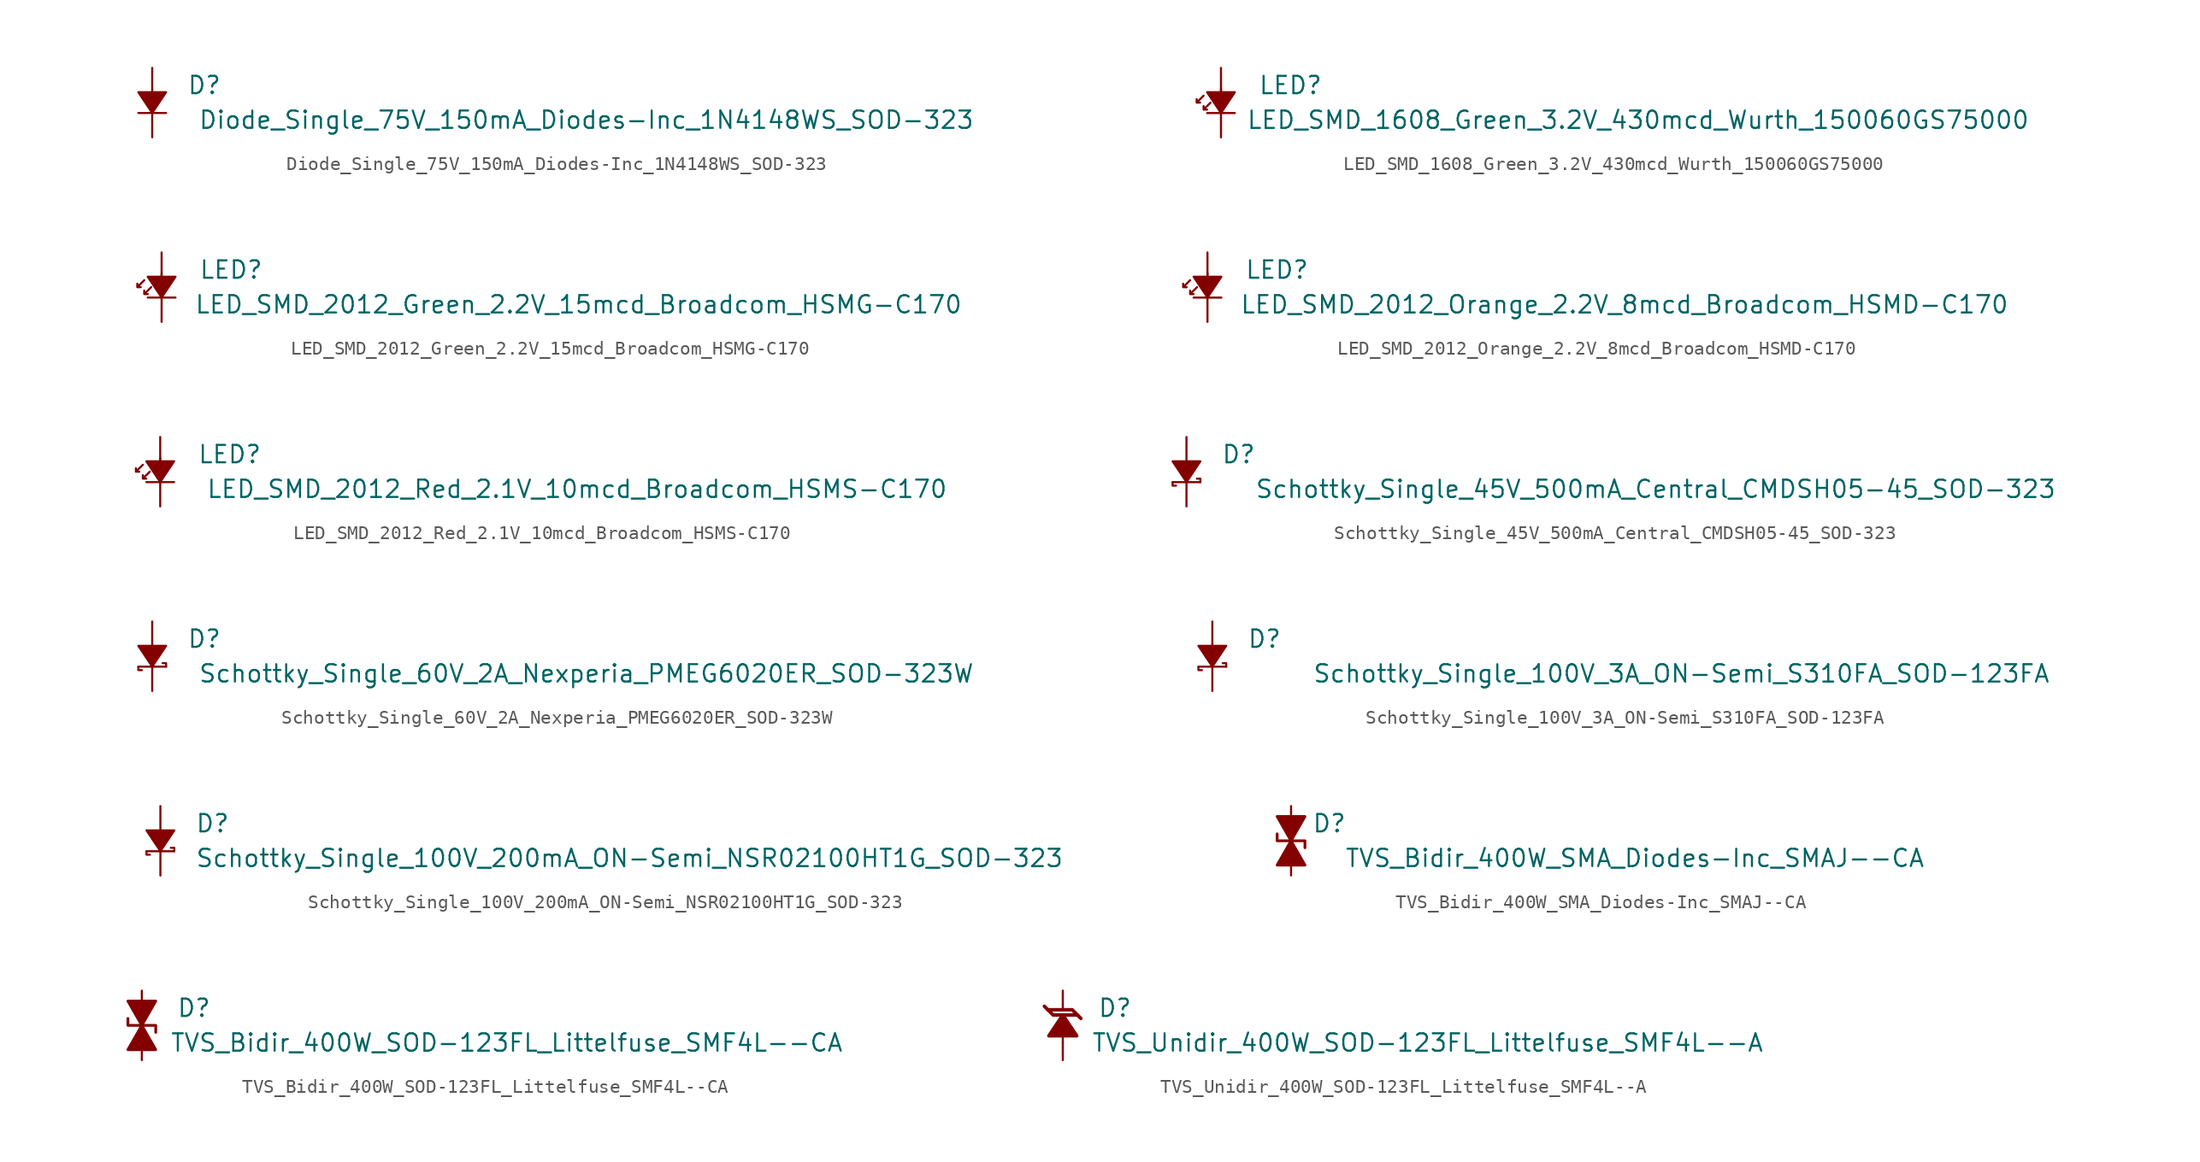
<source format=kicad_sym>
(kicad_symbol_lib
  (version 20211014)
  (generator kicad_symbol_editor)
  (symbol "Diode_Single_75V_150mA_Diodes-Inc_1N4148WS_SOD-323"
    (pin_numbers hide)
    (pin_names
      (offset 1.27) hide)
    (property "Reference" "D"
      (at 3.81 1.27 0)
      (effects (font (size 1.27 1.27))))
    (property "Value" "Diode_Single_75V_150mA_Diodes-Inc_1N4148WS_SOD-323"
      (at 31.75 -1.27 0)
      (effects (font (size 1.27 1.27))))
    (symbol "Diode_Single_75V_150mA_Diodes-Inc_1N4148WS_SOD-323_1_1"
      (polyline (pts (xy 0 -0.762) (xy 0 0.762)) (stroke (width 0) (type default) (color 0 0 0 0)) (fill (type none)))
      (polyline (pts (xy 1.016 -0.762) (xy -1.016 -0.762)) (stroke (width 0) (type default) (color 0 0 0 0)) (fill (type none)))
      (polyline (pts (xy 1.016 0.762) (xy 0 -0.762) (xy -1.016 0.762) (xy 1.016 0.762)) (stroke (width 0) (type default) (color 0 0 0 0)) (fill (type outline)))
      (pin passive line (at 0 -2.54 90) (length 1.778) (name "K" (effects (font (size 1.27 1.27)))) (number "1" (effects (font (size 1.27 1.27)))))
      (pin passive line (at 0 2.54 270) (length 1.778) (name "A" (effects (font (size 1.27 1.27)))) (number "2" (effects (font (size 1.27 1.27)))))))
  (symbol "LED_SMD_1608_Green_3.2V_430mcd_Wurth_150060GS75000"
    (pin_numbers hide)
    (pin_names
      (offset 1.27) hide)
    (property "Reference" "LED"
      (at 5.08 1.27 0)
      (effects (font (size 1.27 1.27))))
    (property "Value" "LED_SMD_1608_Green_3.2V_430mcd_Wurth_150060GS75000"
      (at 30.48 -1.27 0)
      (effects (font (size 1.27 1.27))))
    (symbol "LED_SMD_1608_Green_3.2V_430mcd_Wurth_150060GS75000_1_1"
      (polyline (pts (xy 0 1.016) (xy 0 -0.762)) (stroke (width 0) (type default) (color 0 0 0 0)) (fill (type none)))
      (polyline (pts (xy 1.016 -0.762) (xy -1.016 -0.762)) (stroke (width 0) (type default) (color 0 0 0 0)) (fill (type none)))
      (polyline (pts (xy 1.016 0.762) (xy 0 -0.762) (xy -1.016 0.762) (xy 1.016 0.762)) (stroke (width 0) (type default) (color 0 0 0 0)) (fill (type outline)))
      (polyline (pts (xy -1.27 0.508) (xy -1.778 0) (xy -1.778 0.254) (xy -1.778 0) (xy -1.524 0)) (stroke (width 0) (type default) (color 0 0 0 0)) (fill (type none)))
      (polyline (pts (xy -0.762 0) (xy -1.27 -0.508) (xy -1.27 -0.254) (xy -1.27 -0.508) (xy -1.016 -0.508)) (stroke (width 0) (type default) (color 0 0 0 0)) (fill (type none)))
      (pin passive line (at 0 2.54 270) (length 1.778) (name "Anode" (effects (font (size 1.27 1.27)))) (number "A" (effects (font (size 1.27 1.27)))))
      (pin passive line (at 0 -2.54 90) (length 1.778) (name "Cathode" (effects (font (size 1.27 1.27)))) (number "K" (effects (font (size 1.27 1.27)))))))
  (symbol "LED_SMD_2012_Green_2.2V_15mcd_Broadcom_HSMG-C170"
    (pin_numbers hide)
    (pin_names
      (offset 1.27) hide)
    (property "Reference" "LED"
      (at 5.08 1.27 0)
      (effects (font (size 1.27 1.27))))
    (property "Value" "LED_SMD_2012_Green_2.2V_15mcd_Broadcom_HSMG-C170"
      (at 30.48 -1.27 0)
      (effects (font (size 1.27 1.27))))
    (symbol "LED_SMD_2012_Green_2.2V_15mcd_Broadcom_HSMG-C170_1_1"
      (polyline (pts (xy 0 1.016) (xy 0 -0.762)) (stroke (width 0) (type default) (color 0 0 0 0)) (fill (type none)))
      (polyline (pts (xy 1.016 -0.762) (xy -1.016 -0.762)) (stroke (width 0) (type default) (color 0 0 0 0)) (fill (type none)))
      (polyline (pts (xy 1.016 0.762) (xy 0 -0.762) (xy -1.016 0.762) (xy 1.016 0.762)) (stroke (width 0) (type default) (color 0 0 0 0)) (fill (type outline)))
      (polyline (pts (xy -1.27 0.508) (xy -1.778 0) (xy -1.778 0.254) (xy -1.778 0) (xy -1.524 0)) (stroke (width 0) (type default) (color 0 0 0 0)) (fill (type none)))
      (polyline (pts (xy -0.762 0) (xy -1.27 -0.508) (xy -1.27 -0.254) (xy -1.27 -0.508) (xy -1.016 -0.508)) (stroke (width 0) (type default) (color 0 0 0 0)) (fill (type none)))
      (pin passive line (at 0 2.54 270) (length 1.778) (name "Anode" (effects (font (size 1.27 1.27)))) (number "A" (effects (font (size 1.27 1.27)))))
      (pin passive line (at 0 -2.54 90) (length 1.778) (name "Cathode" (effects (font (size 1.27 1.27)))) (number "K" (effects (font (size 1.27 1.27)))))))
  (symbol "LED_SMD_2012_Orange_2.2V_8mcd_Broadcom_HSMD-C170"
    (pin_numbers hide)
    (pin_names
      (offset 1.27) hide)
    (property "Reference" "LED"
      (at 5.08 1.27 0)
      (effects (font (size 1.27 1.27))))
    (property "Value" "LED_SMD_2012_Orange_2.2V_8mcd_Broadcom_HSMD-C170"
      (at 30.48 -1.27 0)
      (effects (font (size 1.27 1.27))))
    (symbol "LED_SMD_2012_Orange_2.2V_8mcd_Broadcom_HSMD-C170_1_1"
      (polyline (pts (xy 0 1.016) (xy 0 -0.762)) (stroke (width 0) (type default) (color 0 0 0 0)) (fill (type none)))
      (polyline (pts (xy 1.016 -0.762) (xy -1.016 -0.762)) (stroke (width 0) (type default) (color 0 0 0 0)) (fill (type none)))
      (polyline (pts (xy 1.016 0.762) (xy 0 -0.762) (xy -1.016 0.762) (xy 1.016 0.762)) (stroke (width 0) (type default) (color 0 0 0 0)) (fill (type outline)))
      (polyline (pts (xy -1.27 0.508) (xy -1.778 0) (xy -1.778 0.254) (xy -1.778 0) (xy -1.524 0)) (stroke (width 0) (type default) (color 0 0 0 0)) (fill (type none)))
      (polyline (pts (xy -0.762 0) (xy -1.27 -0.508) (xy -1.27 -0.254) (xy -1.27 -0.508) (xy -1.016 -0.508)) (stroke (width 0) (type default) (color 0 0 0 0)) (fill (type none)))
      (pin passive line (at 0 2.54 270) (length 1.778) (name "Anode" (effects (font (size 1.27 1.27)))) (number "A" (effects (font (size 1.27 1.27)))))
      (pin passive line (at 0 -2.54 90) (length 1.778) (name "Cathode" (effects (font (size 1.27 1.27)))) (number "K" (effects (font (size 1.27 1.27)))))))
  (symbol "LED_SMD_2012_Red_2.1V_10mcd_Broadcom_HSMS-C170"
    (pin_numbers hide)
    (pin_names
      (offset 1.27) hide)
    (property "Reference" "LED"
      (at 5.08 1.27 0)
      (effects (font (size 1.27 1.27))))
    (property "Value" "LED_SMD_2012_Red_2.1V_10mcd_Broadcom_HSMS-C170"
      (at 30.48 -1.27 0)
      (effects (font (size 1.27 1.27))))
    (symbol "LED_SMD_2012_Red_2.1V_10mcd_Broadcom_HSMS-C170_1_1"
      (polyline (pts (xy 0 1.016) (xy 0 -0.762)) (stroke (width 0) (type default) (color 0 0 0 0)) (fill (type none)))
      (polyline (pts (xy 1.016 -0.762) (xy -1.016 -0.762)) (stroke (width 0) (type default) (color 0 0 0 0)) (fill (type none)))
      (polyline (pts (xy 1.016 0.762) (xy 0 -0.762) (xy -1.016 0.762) (xy 1.016 0.762)) (stroke (width 0) (type default) (color 0 0 0 0)) (fill (type outline)))
      (polyline (pts (xy -1.27 0.508) (xy -1.778 0) (xy -1.778 0.254) (xy -1.778 0) (xy -1.524 0)) (stroke (width 0) (type default) (color 0 0 0 0)) (fill (type none)))
      (polyline (pts (xy -0.762 0) (xy -1.27 -0.508) (xy -1.27 -0.254) (xy -1.27 -0.508) (xy -1.016 -0.508)) (stroke (width 0) (type default) (color 0 0 0 0)) (fill (type none)))
      (pin passive line (at 0 2.54 270) (length 1.778) (name "Anode" (effects (font (size 1.27 1.27)))) (number "A" (effects (font (size 1.27 1.27)))))
      (pin passive line (at 0 -2.54 90) (length 1.778) (name "Cathode" (effects (font (size 1.27 1.27)))) (number "K" (effects (font (size 1.27 1.27)))))))
  (symbol "Schottky_Single_45V_500mA_Central_CMDSH05-45_SOD-323"
    (pin_numbers hide)
    (pin_names
      (offset 1.27) hide)
    (property "Reference" "D"
      (at 3.81 1.27 0)
      (effects (font (size 1.27 1.27))))
    (property "Value" "Schottky_Single_45V_500mA_Central_CMDSH05-45_SOD-323"
      (at 34.29 -1.27 0)
      (effects (font (size 1.27 1.27))))
    (symbol "Schottky_Single_45V_500mA_Central_CMDSH05-45_SOD-323_1_1"
      (polyline (pts (xy 0 -0.762) (xy 0 0.762)) (stroke (width 0) (type default) (color 0 0 0 0)) (fill (type none)))
      (polyline (pts (xy 1.016 -0.762) (xy -1.016 -0.762)) (stroke (width 0) (type default) (color 0 0 0 0)) (fill (type none)))
      (polyline (pts (xy -1.016 -0.762) (xy -1.016 -1.016) (xy -0.762 -1.016)) (stroke (width 0) (type default) (color 0 0 0 0)) (fill (type none)))
      (polyline (pts (xy 1.016 -0.762) (xy 1.016 -0.508) (xy 0.762 -0.508)) (stroke (width 0) (type default) (color 0 0 0 0)) (fill (type none)))
      (polyline (pts (xy 1.016 0.762) (xy 0 -0.762) (xy -1.016 0.762) (xy 1.016 0.762)) (stroke (width 0) (type default) (color 0 0 0 0)) (fill (type outline)))
      (pin passive line (at 0 -2.54 90) (length 1.778) (name "K" (effects (font (size 1.27 1.27)))) (number "1" (effects (font (size 1.27 1.27)))))
      (pin passive line (at 0 2.54 270) (length 1.778) (name "A" (effects (font (size 1.27 1.27)))) (number "2" (effects (font (size 1.27 1.27)))))))
  (symbol "Schottky_Single_60V_2A_Nexperia_PMEG6020ER_SOD-323W"
    (pin_numbers hide)
    (pin_names
      (offset 1.27) hide)
    (property "Reference" "D"
      (at 3.81 1.27 0)
      (effects (font (size 1.27 1.27))))
    (property "Value" "Schottky_Single_60V_2A_Nexperia_PMEG6020ER_SOD-323W"
      (at 31.75 -1.27 0)
      (effects (font (size 1.27 1.27))))
    (symbol "Schottky_Single_60V_2A_Nexperia_PMEG6020ER_SOD-323W_1_1"
      (polyline (pts (xy 0 -0.762) (xy 0 0.762)) (stroke (width 0) (type default) (color 0 0 0 0)) (fill (type none)))
      (polyline (pts (xy 1.016 -0.762) (xy -1.016 -0.762)) (stroke (width 0) (type default) (color 0 0 0 0)) (fill (type none)))
      (polyline (pts (xy -1.016 -0.762) (xy -1.016 -1.016) (xy -0.762 -1.016)) (stroke (width 0) (type default) (color 0 0 0 0)) (fill (type none)))
      (polyline (pts (xy 1.016 -0.762) (xy 1.016 -0.508) (xy 0.762 -0.508)) (stroke (width 0) (type default) (color 0 0 0 0)) (fill (type none)))
      (polyline (pts (xy 1.016 0.762) (xy 0 -0.762) (xy -1.016 0.762) (xy 1.016 0.762)) (stroke (width 0) (type default) (color 0 0 0 0)) (fill (type outline)))
      (pin passive line (at 0 -2.54 90) (length 1.778) (name "K" (effects (font (size 1.27 1.27)))) (number "1" (effects (font (size 1.27 1.27)))))
      (pin passive line (at 0 2.54 270) (length 1.778) (name "A" (effects (font (size 1.27 1.27)))) (number "2" (effects (font (size 1.27 1.27)))))))
  (symbol "Schottky_Single_100V_3A_ON-Semi_S310FA_SOD-123FA"
    (pin_numbers hide)
    (pin_names
      (offset 1.27) hide)
    (property "Reference" "D"
      (at 3.81 1.27 0)
      (effects (font (size 1.27 1.27))))
    (property "Value" "Schottky_Single_100V_3A_ON-Semi_S310FA_SOD-123FA"
      (at 34.29 -1.27 0)
      (effects (font (size 1.27 1.27))))
    (symbol "Schottky_Single_100V_3A_ON-Semi_S310FA_SOD-123FA_1_1"
      (polyline (pts (xy 0 -0.762) (xy 0 0.762)) (stroke (width 0) (type default) (color 0 0 0 0)) (fill (type none)))
      (polyline (pts (xy 1.016 -0.762) (xy -1.016 -0.762)) (stroke (width 0) (type default) (color 0 0 0 0)) (fill (type none)))
      (polyline (pts (xy -1.016 -0.762) (xy -1.016 -1.016) (xy -0.762 -1.016)) (stroke (width 0) (type default) (color 0 0 0 0)) (fill (type none)))
      (polyline (pts (xy 1.016 -0.762) (xy 1.016 -0.508) (xy 0.762 -0.508)) (stroke (width 0) (type default) (color 0 0 0 0)) (fill (type none)))
      (polyline (pts (xy 1.016 0.762) (xy 0 -0.762) (xy -1.016 0.762) (xy 1.016 0.762)) (stroke (width 0) (type default) (color 0 0 0 0)) (fill (type outline)))
      (pin passive line (at 0 -2.54 90) (length 1.778) (name "K" (effects (font (size 1.27 1.27)))) (number "1" (effects (font (size 1.27 1.27)))))
      (pin passive line (at 0 2.54 270) (length 1.778) (name "A" (effects (font (size 1.27 1.27)))) (number "2" (effects (font (size 1.27 1.27)))))))
  (symbol "Schottky_Single_100V_200mA_ON-Semi_NSR02100HT1G_SOD-323"
    (pin_numbers hide)
    (pin_names
      (offset 1.27) hide)
    (property "Reference" "D"
      (at 3.81 1.27 0)
      (effects (font (size 1.27 1.27))))
    (property "Value" "Schottky_Single_100V_200mA_ON-Semi_NSR02100HT1G_SOD-323"
      (at 34.29 -1.27 0)
      (effects (font (size 1.27 1.27))))
    (symbol "Schottky_Single_100V_200mA_ON-Semi_NSR02100HT1G_SOD-323_1_1"
      (polyline (pts (xy 0 -0.762) (xy 0 0.762)) (stroke (width 0) (type default) (color 0 0 0 0)) (fill (type none)))
      (polyline (pts (xy 1.016 -0.762) (xy -1.016 -0.762)) (stroke (width 0) (type default) (color 0 0 0 0)) (fill (type none)))
      (polyline (pts (xy -1.016 -0.762) (xy -1.016 -1.016) (xy -0.762 -1.016)) (stroke (width 0) (type default) (color 0 0 0 0)) (fill (type none)))
      (polyline (pts (xy 1.016 -0.762) (xy 1.016 -0.508) (xy 0.762 -0.508)) (stroke (width 0) (type default) (color 0 0 0 0)) (fill (type none)))
      (polyline (pts (xy 1.016 0.762) (xy 0 -0.762) (xy -1.016 0.762) (xy 1.016 0.762)) (stroke (width 0) (type default) (color 0 0 0 0)) (fill (type outline)))
      (pin passive line (at 0 -2.54 90) (length 1.778) (name "K" (effects (font (size 1.27 1.27)))) (number "1" (effects (font (size 1.27 1.27)))))
      (pin passive line (at 0 2.54 270) (length 1.778) (name "A" (effects (font (size 1.27 1.27)))) (number "2" (effects (font (size 1.27 1.27)))))))
  (symbol "TVS_Bidir_400W_SMA_Diodes-Inc_SMAJ--CA"
    (pin_numbers hide)
    (pin_names
      (offset 1.27) hide)
    (property "Reference" "D"
      (at 2.794 1.27 0)
      (effects (font (size 1.27 1.27))))
    (property "Value" "TVS_Bidir_400W_SMA_Diodes-Inc_SMAJ--CA"
      (at 25.146 -1.27 0)
      (effects (font (size 1.27 1.27))))
    (symbol "TVS_Bidir_400W_SMA_Diodes-Inc_SMAJ--CA_1_1"
      (polyline (pts (xy 0 1.27) (xy 0 -1.27)) (stroke (width 0) (type default) (color 0 0 0 0)) (fill (type none)))
      (polyline (pts (xy -1.016 0.508) (xy -1.016 0) (xy 1.016 0) (xy 1.016 -0.508)) (stroke (width 0.203) (type default) (color 0 0 0 0)) (fill (type none)))
      (polyline (pts (xy -1.016 1.778) (xy 1.016 1.778) (xy 0 0) (xy -1.016 1.778)) (stroke (width 0.203) (type default) (color 0 0 0 0)) (fill (type outline)))
      (polyline (pts (xy 1.016 -1.778) (xy 0 0) (xy -1.016 -1.778) (xy 1.016 -1.778)) (stroke (width 0.203) (type default) (color 0 0 0 0)) (fill (type outline)))
      (pin passive line (at 0 -2.54 90) (length 2.54) (name "A1" (effects (font (size 1.27 1.27)))) (number "1" (effects (font (size 1.27 1.27)))))
      (pin passive line (at 0 2.54 270) (length 2.54) (name "A2" (effects (font (size 1.27 1.27)))) (number "2" (effects (font (size 1.27 1.27)))))))
  (symbol "TVS_Bidir_400W_SOD-123FL_Littelfuse_SMF4L--CA"
    (pin_numbers hide)
    (pin_names
      (offset 1.27) hide)
    (property "Reference" "D"
      (at 3.81 1.27 0)
      (effects (font (size 1.27 1.27))))
    (property "Value" "TVS_Bidir_400W_SOD-123FL_Littelfuse_SMF4L--CA"
      (at 26.67 -1.27 0)
      (effects (font (size 1.27 1.27))))
    (symbol "TVS_Bidir_400W_SOD-123FL_Littelfuse_SMF4L--CA_1_1"
      (polyline (pts (xy 0 1.27) (xy 0 -1.27)) (stroke (width 0) (type default) (color 0 0 0 0)) (fill (type none)))
      (polyline (pts (xy -1.016 0.508) (xy -1.016 0) (xy 1.016 0) (xy 1.016 -0.508)) (stroke (width 0.203) (type default) (color 0 0 0 0)) (fill (type none)))
      (polyline (pts (xy -1.016 1.778) (xy 1.016 1.778) (xy 0 0) (xy -1.016 1.778)) (stroke (width 0.203) (type default) (color 0 0 0 0)) (fill (type outline)))
      (polyline (pts (xy 1.016 -1.778) (xy 0 0) (xy -1.016 -1.778) (xy 1.016 -1.778)) (stroke (width 0.203) (type default) (color 0 0 0 0)) (fill (type outline)))
      (pin passive line (at 0 -2.54 90) (length 2.54) (name "A1" (effects (font (size 1.27 1.27)))) (number "1" (effects (font (size 1.27 1.27)))))
      (pin passive line (at 0 2.54 270) (length 2.54) (name "A2" (effects (font (size 1.27 1.27)))) (number "2" (effects (font (size 1.27 1.27)))))))
  (symbol "TVS_Unidir_400W_SOD-123FL_Littelfuse_SMF4L--A"
    (pin_numbers hide)
    (pin_names
      (offset 1.27) hide)
    (property "Reference" "D"
      (at 3.81 1.27 0)
      (effects (font (size 1.27 1.27))))
    (property "Value" "TVS_Unidir_400W_SOD-123FL_Littelfuse_SMF4L--A"
      (at 26.67 -1.27 0)
      (effects (font (size 1.27 1.27))))
    (symbol "TVS_Unidir_400W_SOD-123FL_Littelfuse_SMF4L--A_1_1"
      (polyline (pts (xy 0 0.762) (xy 0 -1.27)) (stroke (width 0) (type default) (color 0 0 0 0)) (fill (type none)))
      (polyline (pts (xy -1.092 1.143) (xy -0.711 0.762) (xy 1.067 0.762) (xy 1.321 0.508)) (stroke (width 0.254) (type default) (color 0 0 0 0)) (fill (type none)))
      (polyline (pts (xy 1.016 -0.762) (xy 0 0.762) (xy -1.016 -0.762) (xy 1.016 -0.762)) (stroke (width 0.254) (type default) (color 0 0 0 0)) (fill (type outline)))
      (polyline (pts (xy -1.346 1.397) (xy -1.092 1.143) (xy 0.051 1.143) (xy 0.686 1.143) (xy 1.067 0.762)) (stroke (width 0.254) (type default) (color 0 0 0 0)) (fill (type none)))
      (pin passive line (at 0 2.54 270) (length 1.27) (name "K" (effects (font (size 1.27 1.27)))) (number "1" (effects (font (size 1.27 1.27)))))
      (pin passive line (at 0 -2.54 90) (length 1.27) (name "A" (effects (font (size 1.27 1.27)))) (number "2" (effects (font (size 1.27 1.27))))))))
</source>
